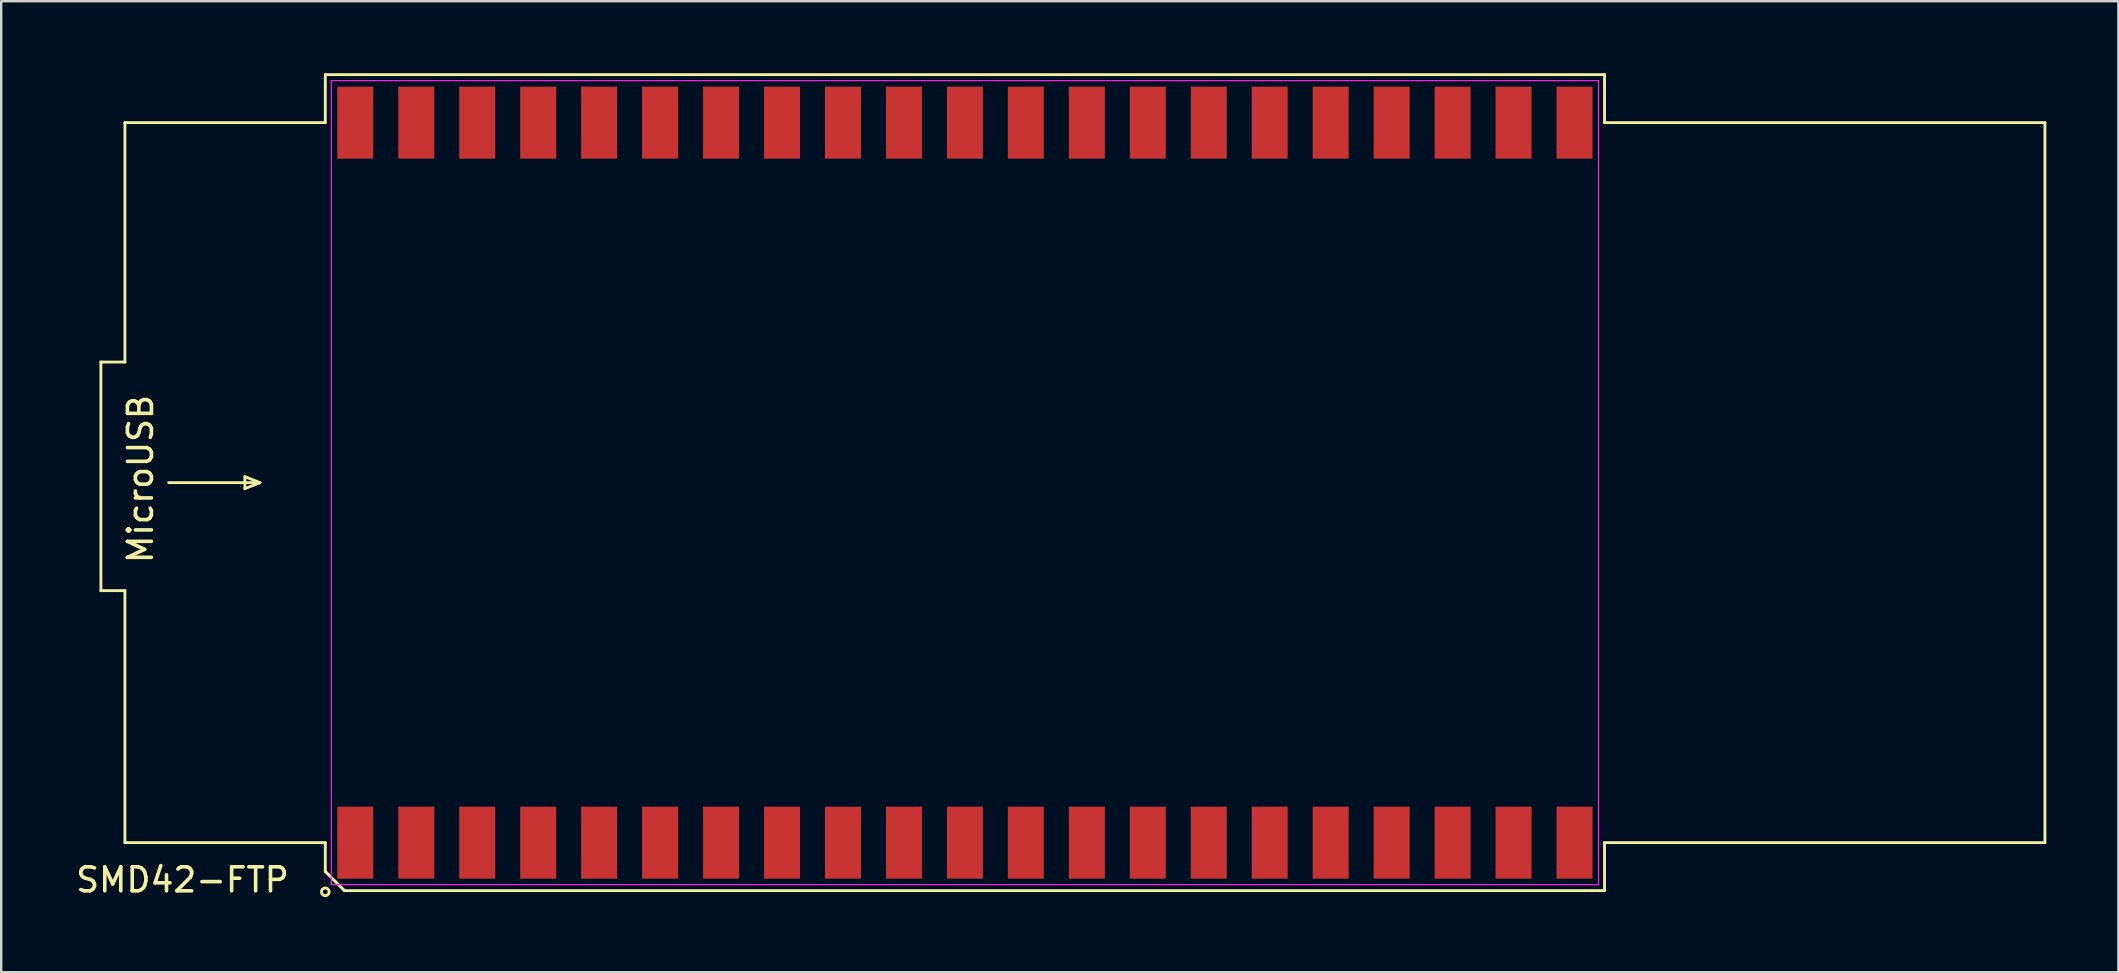
<source format=kicad_pcb>
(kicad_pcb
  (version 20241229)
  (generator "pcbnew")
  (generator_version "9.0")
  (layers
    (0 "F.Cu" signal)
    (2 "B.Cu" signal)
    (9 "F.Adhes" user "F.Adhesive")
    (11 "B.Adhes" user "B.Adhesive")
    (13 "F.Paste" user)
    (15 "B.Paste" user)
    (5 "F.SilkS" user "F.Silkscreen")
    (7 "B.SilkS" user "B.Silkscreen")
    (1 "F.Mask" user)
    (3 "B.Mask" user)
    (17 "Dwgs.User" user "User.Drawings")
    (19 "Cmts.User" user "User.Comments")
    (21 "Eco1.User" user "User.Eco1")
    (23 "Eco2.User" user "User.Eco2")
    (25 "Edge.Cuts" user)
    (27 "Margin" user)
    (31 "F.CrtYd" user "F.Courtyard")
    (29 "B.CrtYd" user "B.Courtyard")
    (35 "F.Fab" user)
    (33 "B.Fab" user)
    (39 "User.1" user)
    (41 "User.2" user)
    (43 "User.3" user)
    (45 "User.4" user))
  (footprint "SMD42-FTP"
    (layer "F.Cu")
    (at 37.154 17.06)
    (property "Reference" "SMD42-FTP" (at -32.6 16.55 180) (layer "F.SilkS") (effects (font (size 1 1) (thickness 0.15))))
    (attr smd)
    (fp_line (start -36 4.5) (end -36 -5.025) (stroke (width 0.12) (type solid)) (layer "F.SilkS"))
    (fp_line (start -35 -15) (end -26.65 -15) (stroke (width 0.12) (type solid)) (layer "F.SilkS"))
    (fp_line (start -35 -5.025) (end -36 -5.025) (stroke (width 0.12) (type solid)) (layer "F.SilkS"))
    (fp_line (start -35 -5.025) (end -35 -15) (stroke (width 0.12) (type solid)) (layer "F.SilkS"))
    (fp_line (start -35 4.5) (end -36 4.5) (stroke (width 0.12) (type solid)) (layer "F.SilkS"))
    (fp_line (start -35 4.5) (end -35 15) (stroke (width 0.12) (type solid)) (layer "F.SilkS"))
    (fp_line (start -35 15) (end -26.65 15) (stroke (width 0.12) (type solid)) (layer "F.SilkS"))
    (fp_line (start -33.175 0) (end -29.375 0) (stroke (width 0.12) (type solid)) (layer "F.SilkS"))
    (fp_line (start -30 -0.25) (end -30 0.25) (stroke (width 0.12) (type solid)) (layer "F.SilkS"))
    (fp_line (start -29.375 0) (end -30 -0.25) (stroke (width 0.12) (type solid)) (layer "F.SilkS"))
    (fp_line (start -29.375 0) (end -30 0.25) (stroke (width 0.12) (type solid)) (layer "F.SilkS"))
    (fp_line (start -26.65 -17) (end 26.65 -17) (stroke (width 0.12) (type solid)) (layer "F.SilkS"))
    (fp_line (start -26.65 -15) (end -26.65 -17) (stroke (width 0.12) (type solid)) (layer "F.SilkS"))
    (fp_line (start -26.65 15) (end -26.65 16.2) (stroke (width 0.12) (type solid)) (layer "F.SilkS"))
    (fp_line (start -25.85 17) (end -26.65 16.2) (stroke (width 0.12) (type solid)) (layer "F.SilkS"))
    (fp_line (start 26.65 -17) (end 26.65 -15) (stroke (width 0.12) (type solid)) (layer "F.SilkS"))
    (fp_line (start 26.65 -15) (end 45 -15) (stroke (width 0.12) (type solid)) (layer "F.SilkS"))
    (fp_line (start 26.65 15) (end 26.65 17) (stroke (width 0.12) (type solid)) (layer "F.SilkS"))
    (fp_line (start 26.65 17) (end -25.85 17) (stroke (width 0.12) (type solid)) (layer "F.SilkS"))
    (fp_line (start 45 -15) (end 45 15) (stroke (width 0.12) (type solid)) (layer "F.SilkS"))
    (fp_line (start 45 15) (end 26.65 15) (stroke (width 0.12) (type solid)) (layer "F.SilkS"))
    (fp_circle (center -26.65 17.05) (end -26.55 16.925) (stroke (width 0.12) (type solid)) (fill no) (layer "F.SilkS"))
    (fp_line (start -26.4 -16.75) (end 26.4 -16.75) (stroke (width 0.05) (type solid)) (layer "F.CrtYd"))
    (fp_line (start -26.4 16.75) (end -26.4 -16.75) (stroke (width 0.05) (type solid)) (layer "F.CrtYd"))
    (fp_line (start 26.4 -16.75) (end 26.4 16.75) (stroke (width 0.05) (type solid)) (layer "F.CrtYd"))
    (fp_line (start 26.4 16.75) (end -26.4 16.75) (stroke (width 0.05) (type solid)) (layer "F.CrtYd"))
    (fp_text user "MicroUSB" (at -34.35 -0.15 90) (layer "F.SilkS") (effects (font (size 1 1) (thickness 0.15))))
    (pad "1" smd rect (at -25.4 15) (size 1.5 3) (layers "F.Cu" "F.Mask" "F.Paste"))
    (pad "2" smd rect (at -22.86 15) (size 1.5 3) (layers "F.Cu" "F.Mask" "F.Paste"))
    (pad "3" smd rect (at -20.32 15) (size 1.5 3) (layers "F.Cu" "F.Mask" "F.Paste"))
    (pad "4" smd rect (at -17.78 15) (size 1.5 3) (layers "F.Cu" "F.Mask" "F.Paste"))
    (pad "5" smd rect (at -15.24 15) (size 1.5 3) (layers "F.Cu" "F.Mask" "F.Paste"))
    (pad "6" smd rect (at -12.7 15) (size 1.5 3) (layers "F.Cu" "F.Mask" "F.Paste"))
    (pad "7" smd rect (at -10.16 15) (size 1.5 3) (layers "F.Cu" "F.Mask" "F.Paste"))
    (pad "8" smd rect (at -7.62 15) (size 1.5 3) (layers "F.Cu" "F.Mask" "F.Paste"))
    (pad "9" smd rect (at -5.08 15) (size 1.5 3) (layers "F.Cu" "F.Mask" "F.Paste"))
    (pad "10" smd rect (at -2.54 15) (size 1.5 3) (layers "F.Cu" "F.Mask" "F.Paste"))
    (pad "11" smd rect (at 0 15) (size 1.5 3) (layers "F.Cu" "F.Mask" "F.Paste"))
    (pad "12" smd rect (at 2.54 15) (size 1.5 3) (layers "F.Cu" "F.Mask" "F.Paste"))
    (pad "13" smd rect (at 5.08 15) (size 1.5 3) (layers "F.Cu" "F.Mask" "F.Paste"))
    (pad "14" smd rect (at 7.62 15) (size 1.5 3) (layers "F.Cu" "F.Mask" "F.Paste"))
    (pad "15" smd rect (at 10.16 15) (size 1.5 3) (layers "F.Cu" "F.Mask" "F.Paste"))
    (pad "16" smd rect (at 12.7 15) (size 1.5 3) (layers "F.Cu" "F.Mask" "F.Paste"))
    (pad "17" smd rect (at 15.24 15) (size 1.5 3) (layers "F.Cu" "F.Mask" "F.Paste"))
    (pad "18" smd rect (at 17.78 15) (size 1.5 3) (layers "F.Cu" "F.Mask" "F.Paste"))
    (pad "19" smd rect (at 20.32 15) (size 1.5 3) (layers "F.Cu" "F.Mask" "F.Paste"))
    (pad "20" smd rect (at 22.86 15) (size 1.5 3) (layers "F.Cu" "F.Mask" "F.Paste"))
    (pad "21" smd rect (at 25.4 15) (size 1.5 3) (layers "F.Cu" "F.Mask" "F.Paste"))
    (pad "22" smd rect (at 25.4 -15) (size 1.5 3) (layers "F.Cu" "F.Mask" "F.Paste"))
    (pad "23" smd rect (at 22.86 -15) (size 1.5 3) (layers "F.Cu" "F.Mask" "F.Paste"))
    (pad "24" smd rect (at 20.32 -15) (size 1.5 3) (layers "F.Cu" "F.Mask" "F.Paste"))
    (pad "25" smd rect (at 17.78 -15) (size 1.5 3) (layers "F.Cu" "F.Mask" "F.Paste"))
    (pad "26" smd rect (at 15.24 -15) (size 1.5 3) (layers "F.Cu" "F.Mask" "F.Paste"))
    (pad "27" smd rect (at 12.7 -15) (size 1.5 3) (layers "F.Cu" "F.Mask" "F.Paste"))
    (pad "28" smd rect (at 10.16 -15) (size 1.5 3) (layers "F.Cu" "F.Mask" "F.Paste"))
    (pad "29" smd rect (at 7.62 -15) (size 1.5 3) (layers "F.Cu" "F.Mask" "F.Paste"))
    (pad "30" smd rect (at 5.08 -15) (size 1.5 3) (layers "F.Cu" "F.Mask" "F.Paste"))
    (pad "31" smd rect (at 2.54 -15) (size 1.5 3) (layers "F.Cu" "F.Mask" "F.Paste"))
    (pad "32" smd rect (at 0 -15) (size 1.5 3) (layers "F.Cu" "F.Mask" "F.Paste"))
    (pad "33" smd rect (at -2.54 -15) (size 1.5 3) (layers "F.Cu" "F.Mask" "F.Paste"))
    (pad "34" smd rect (at -5.08 -15) (size 1.5 3) (layers "F.Cu" "F.Mask" "F.Paste"))
    (pad "35" smd rect (at -7.62 -15) (size 1.5 3) (layers "F.Cu" "F.Mask" "F.Paste"))
    (pad "36" smd rect (at -10.16 -15) (size 1.5 3) (layers "F.Cu" "F.Mask" "F.Paste"))
    (pad "37" smd rect (at -12.7 -15) (size 1.5 3) (layers "F.Cu" "F.Mask" "F.Paste"))
    (pad "38" smd rect (at -15.24 -15) (size 1.5 3) (layers "F.Cu" "F.Mask" "F.Paste"))
    (pad "39" smd rect (at -17.78 -15) (size 1.5 3) (layers "F.Cu" "F.Mask" "F.Paste"))
    (pad "40" smd rect (at -20.32 -15) (size 1.5 3) (layers "F.Cu" "F.Mask" "F.Paste"))
    (pad "41" smd rect (at -22.86 -15) (size 1.5 3) (layers "F.Cu" "F.Mask" "F.Paste"))
    (pad "42" smd rect (at -25.4 -15) (size 1.5 3) (layers "F.Cu" "F.Mask" "F.Paste")))
  (gr_rect
    (start -3 -3)
    (end 85.214 37.458)
    (stroke (width 0.1) (type default))
    (fill no)
    (layer "Edge.Cuts")))
</source>
